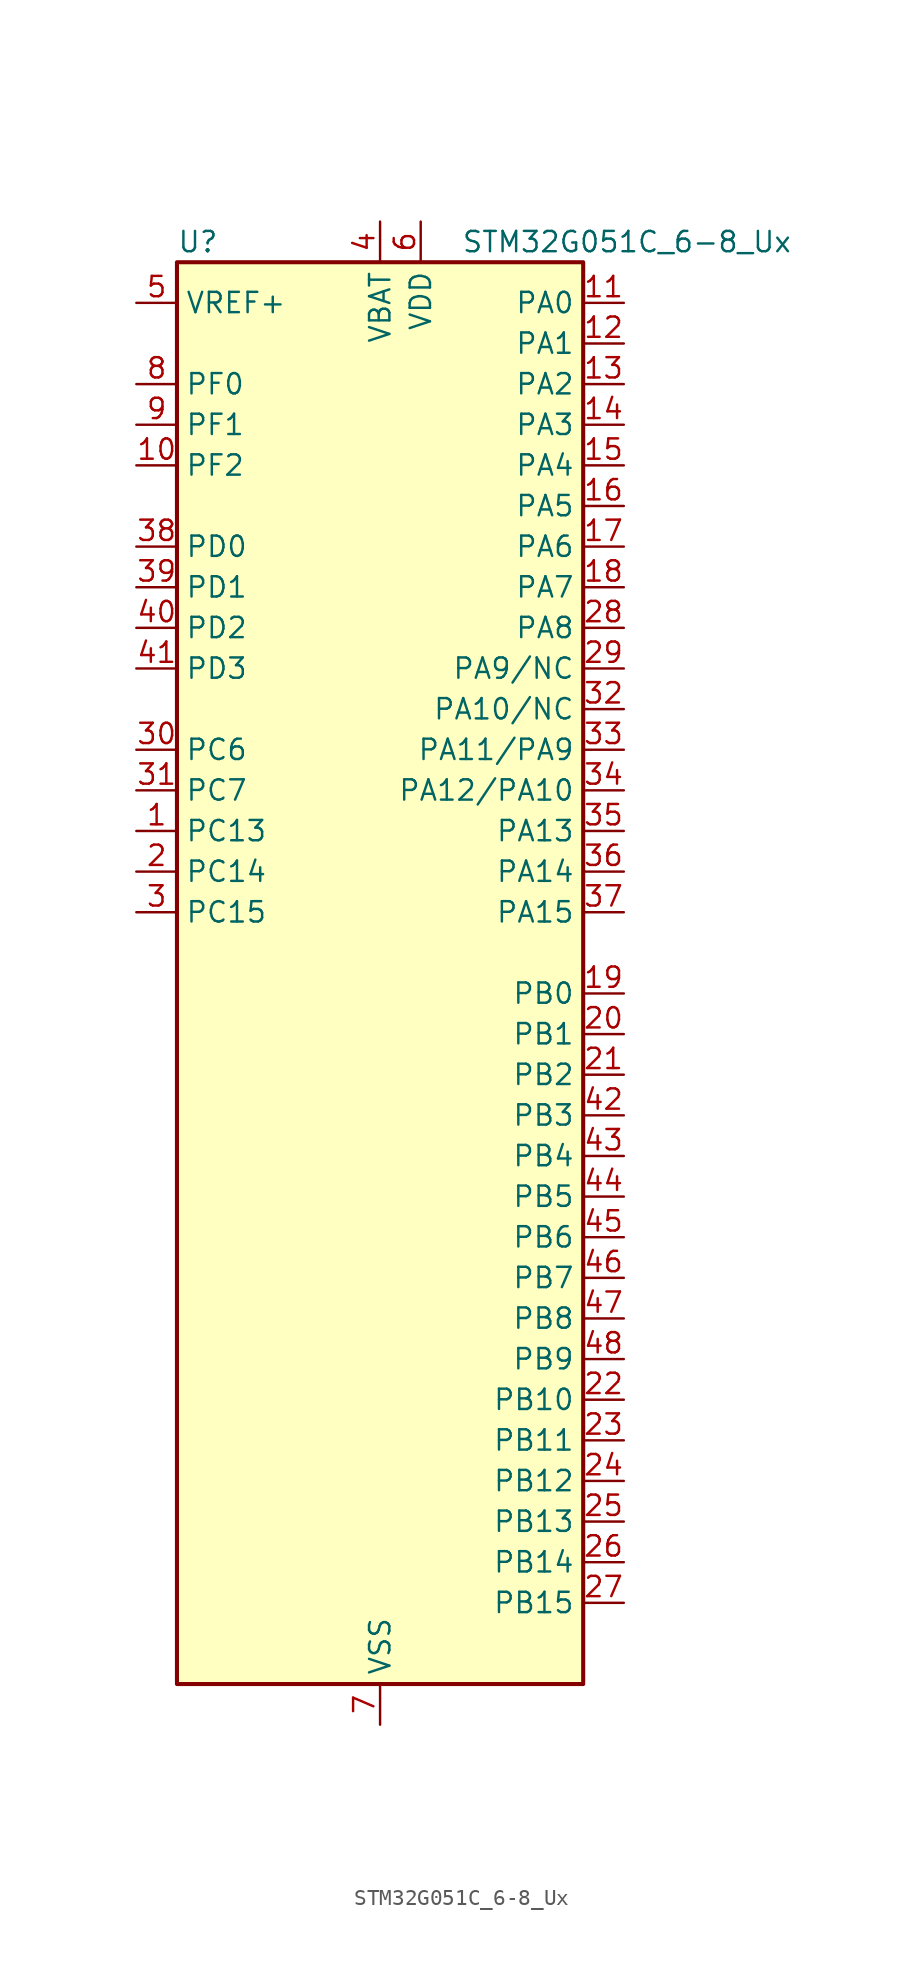
<source format=kicad_sym>
(kicad_symbol_lib
  (version 20231120)
  (generator "kicad_symbol_editor")
  (generator_version "8.0")
  (symbol "STM32G051C_6-8_Ux"
    (property "Reference" "U"
      (at -12.7 46.99 0)
      (effects (font (size 1.27 1.27)) (justify left)))
    (property "Value" "STM32G051C_6-8_Ux"
      (at 5.08 46.99 0)
      (effects (font (size 1.27 1.27)) (justify left)))
    (property "ki_locked" ""
      (at 0 0 0)
      (effects (font (size 1.27 1.27))))
    (symbol "STM32G051C_6-8_Ux_0_1"
      (rectangle (start -12.7 -43.18) (end 12.7 45.72) (stroke (width 0.254) (type default)) (fill (type background))))
    (symbol "STM32G051C_6-8_Ux_1_1"
      (pin bidirectional line (at -15.24 10.16 0) (length 2.54) (name "PC13" (effects (font (size 1.27 1.27)))) (number "1" (effects (font (size 1.27 1.27)))) (alternate "RTC_OUT1" bidirectional line) (alternate "RTC_TAMP_IN1" bidirectional line) (alternate "RTC_TS" bidirectional line) (alternate "SYS_WKUP2" bidirectional line) (alternate "TIM1_BK" bidirectional line))
      (pin bidirectional line (at -15.24 33.02 0) (length 2.54) (name "PF2" (effects (font (size 1.27 1.27)))) (number "10" (effects (font (size 1.27 1.27)))) (alternate "RCC_MCO" bidirectional line))
      (pin bidirectional line (at 15.24 43.18 180) (length 2.54) (name "PA0" (effects (font (size 1.27 1.27)))) (number "11" (effects (font (size 1.27 1.27)))) (alternate "ADC1_IN0" bidirectional line) (alternate "COMP1_INM" bidirectional line) (alternate "COMP1_OUT" bidirectional line) (alternate "LPTIM1_OUT" bidirectional line) (alternate "RTC_TAMP_IN2" bidirectional line) (alternate "SPI2_SCK" bidirectional line) (alternate "SYS_WKUP1" bidirectional line) (alternate "TIM2_CH1" bidirectional line) (alternate "TIM2_ETR" bidirectional line) (alternate "USART2_CTS" bidirectional line) (alternate "USART2_NSS" bidirectional line))
      (pin bidirectional line (at 15.24 40.64 180) (length 2.54) (name "PA1" (effects (font (size 1.27 1.27)))) (number "12" (effects (font (size 1.27 1.27)))) (alternate "ADC1_IN1" bidirectional line) (alternate "COMP1_INP" bidirectional line) (alternate "I2C1_SMBA" bidirectional line) (alternate "I2S1_CK" bidirectional line) (alternate "SPI1_SCK" bidirectional line) (alternate "TIM15_CH1N" bidirectional line) (alternate "TIM2_CH2" bidirectional line) (alternate "USART2_CK" bidirectional line) (alternate "USART2_DE" bidirectional line) (alternate "USART2_RTS" bidirectional line))
      (pin bidirectional line (at 15.24 38.1 180) (length 2.54) (name "PA2" (effects (font (size 1.27 1.27)))) (number "13" (effects (font (size 1.27 1.27)))) (alternate "ADC1_IN2" bidirectional line) (alternate "COMP2_INM" bidirectional line) (alternate "COMP2_OUT" bidirectional line) (alternate "I2S1_SD" bidirectional line) (alternate "LPUART1_TX" bidirectional line) (alternate "RCC_LSCO" bidirectional line) (alternate "SPI1_MOSI" bidirectional line) (alternate "SYS_WKUP4" bidirectional line) (alternate "TIM15_CH1" bidirectional line) (alternate "TIM2_CH3" bidirectional line) (alternate "USART2_TX" bidirectional line))
      (pin bidirectional line (at 15.24 35.56 180) (length 2.54) (name "PA3" (effects (font (size 1.27 1.27)))) (number "14" (effects (font (size 1.27 1.27)))) (alternate "ADC1_IN3" bidirectional line) (alternate "COMP2_INP" bidirectional line) (alternate "LPUART1_RX" bidirectional line) (alternate "SPI2_MISO" bidirectional line) (alternate "TIM15_CH2" bidirectional line) (alternate "TIM2_CH4" bidirectional line) (alternate "USART2_RX" bidirectional line))
      (pin bidirectional line (at 15.24 33.02 180) (length 2.54) (name "PA4" (effects (font (size 1.27 1.27)))) (number "15" (effects (font (size 1.27 1.27)))) (alternate "ADC1_IN4" bidirectional line) (alternate "DAC1_OUT1" bidirectional line) (alternate "I2S1_WS" bidirectional line) (alternate "LPTIM2_OUT" bidirectional line) (alternate "RTC_OUT2" bidirectional line) (alternate "SPI1_NSS" bidirectional line) (alternate "SPI2_MOSI" bidirectional line) (alternate "TIM14_CH1" bidirectional line))
      (pin bidirectional line (at 15.24 30.48 180) (length 2.54) (name "PA5" (effects (font (size 1.27 1.27)))) (number "16" (effects (font (size 1.27 1.27)))) (alternate "ADC1_IN5" bidirectional line) (alternate "DAC1_OUT2" bidirectional line) (alternate "I2S1_CK" bidirectional line) (alternate "LPTIM2_ETR" bidirectional line) (alternate "SPI1_SCK" bidirectional line) (alternate "TIM2_CH1" bidirectional line) (alternate "TIM2_ETR" bidirectional line))
      (pin bidirectional line (at 15.24 27.94 180) (length 2.54) (name "PA6" (effects (font (size 1.27 1.27)))) (number "17" (effects (font (size 1.27 1.27)))) (alternate "ADC1_IN6" bidirectional line) (alternate "COMP1_OUT" bidirectional line) (alternate "I2S1_MCK" bidirectional line) (alternate "LPUART1_CTS" bidirectional line) (alternate "SPI1_MISO" bidirectional line) (alternate "TIM16_CH1" bidirectional line) (alternate "TIM1_BK" bidirectional line) (alternate "TIM3_CH1" bidirectional line))
      (pin bidirectional line (at 15.24 25.4 180) (length 2.54) (name "PA7" (effects (font (size 1.27 1.27)))) (number "18" (effects (font (size 1.27 1.27)))) (alternate "ADC1_IN7" bidirectional line) (alternate "COMP2_OUT" bidirectional line) (alternate "I2S1_SD" bidirectional line) (alternate "SPI1_MOSI" bidirectional line) (alternate "TIM14_CH1" bidirectional line) (alternate "TIM17_CH1" bidirectional line) (alternate "TIM1_CH1N" bidirectional line) (alternate "TIM3_CH2" bidirectional line))
      (pin bidirectional line (at 15.24 0 180) (length 2.54) (name "PB0" (effects (font (size 1.27 1.27)))) (number "19" (effects (font (size 1.27 1.27)))) (alternate "ADC1_IN8" bidirectional line) (alternate "COMP1_OUT" bidirectional line) (alternate "I2S1_WS" bidirectional line) (alternate "LPTIM1_OUT" bidirectional line) (alternate "SPI1_NSS" bidirectional line) (alternate "TIM1_CH2N" bidirectional line) (alternate "TIM3_CH3" bidirectional line))
      (pin bidirectional line (at -15.24 7.62 0) (length 2.54) (name "PC14" (effects (font (size 1.27 1.27)))) (number "2" (effects (font (size 1.27 1.27)))) (alternate "RCC_OSC32_IN" bidirectional line) (alternate "TIM1_BK2" bidirectional line))
      (pin bidirectional line (at 15.24 -2.54 180) (length 2.54) (name "PB1" (effects (font (size 1.27 1.27)))) (number "20" (effects (font (size 1.27 1.27)))) (alternate "ADC1_IN9" bidirectional line) (alternate "COMP1_INM" bidirectional line) (alternate "LPTIM2_IN1" bidirectional line) (alternate "LPUART1_DE" bidirectional line) (alternate "LPUART1_RTS" bidirectional line) (alternate "TIM14_CH1" bidirectional line) (alternate "TIM1_CH3N" bidirectional line) (alternate "TIM3_CH4" bidirectional line))
      (pin bidirectional line (at 15.24 -5.08 180) (length 2.54) (name "PB2" (effects (font (size 1.27 1.27)))) (number "21" (effects (font (size 1.27 1.27)))) (alternate "ADC1_IN10" bidirectional line) (alternate "COMP1_INP" bidirectional line) (alternate "LPTIM1_OUT" bidirectional line) (alternate "SPI2_MISO" bidirectional line))
      (pin bidirectional line (at 15.24 -25.4 180) (length 2.54) (name "PB10" (effects (font (size 1.27 1.27)))) (number "22" (effects (font (size 1.27 1.27)))) (alternate "ADC1_IN11" bidirectional line) (alternate "COMP1_OUT" bidirectional line) (alternate "I2C2_SCL" bidirectional line) (alternate "LPUART1_RX" bidirectional line) (alternate "SPI2_SCK" bidirectional line) (alternate "TIM2_CH3" bidirectional line))
      (pin bidirectional line (at 15.24 -27.94 180) (length 2.54) (name "PB11" (effects (font (size 1.27 1.27)))) (number "23" (effects (font (size 1.27 1.27)))) (alternate "ADC1_EXTI11" bidirectional line) (alternate "ADC1_IN15" bidirectional line) (alternate "COMP2_OUT" bidirectional line) (alternate "I2C2_SDA" bidirectional line) (alternate "LPUART1_TX" bidirectional line) (alternate "SPI2_MOSI" bidirectional line) (alternate "TIM2_CH4" bidirectional line))
      (pin bidirectional line (at 15.24 -30.48 180) (length 2.54) (name "PB12" (effects (font (size 1.27 1.27)))) (number "24" (effects (font (size 1.27 1.27)))) (alternate "ADC1_IN16" bidirectional line) (alternate "LPUART1_DE" bidirectional line) (alternate "LPUART1_RTS" bidirectional line) (alternate "SPI2_NSS" bidirectional line) (alternate "TIM15_BK" bidirectional line) (alternate "TIM1_BK" bidirectional line))
      (pin bidirectional line (at 15.24 -33.02 180) (length 2.54) (name "PB13" (effects (font (size 1.27 1.27)))) (number "25" (effects (font (size 1.27 1.27)))) (alternate "I2C2_SCL" bidirectional line) (alternate "LPUART1_CTS" bidirectional line) (alternate "SPI2_SCK" bidirectional line) (alternate "TIM15_CH1N" bidirectional line) (alternate "TIM1_CH1N" bidirectional line))
      (pin bidirectional line (at 15.24 -35.56 180) (length 2.54) (name "PB14" (effects (font (size 1.27 1.27)))) (number "26" (effects (font (size 1.27 1.27)))) (alternate "I2C2_SDA" bidirectional line) (alternate "SPI2_MISO" bidirectional line) (alternate "TIM15_CH1" bidirectional line) (alternate "TIM1_CH2N" bidirectional line))
      (pin bidirectional line (at 15.24 -38.1 180) (length 2.54) (name "PB15" (effects (font (size 1.27 1.27)))) (number "27" (effects (font (size 1.27 1.27)))) (alternate "RTC_REFIN" bidirectional line) (alternate "SPI2_MOSI" bidirectional line) (alternate "TIM15_CH1N" bidirectional line) (alternate "TIM15_CH2" bidirectional line) (alternate "TIM1_CH3N" bidirectional line))
      (pin bidirectional line (at 15.24 22.86 180) (length 2.54) (name "PA8" (effects (font (size 1.27 1.27)))) (number "28" (effects (font (size 1.27 1.27)))) (alternate "LPTIM2_OUT" bidirectional line) (alternate "RCC_MCO" bidirectional line) (alternate "SPI2_NSS" bidirectional line) (alternate "TIM1_CH1" bidirectional line))
      (pin bidirectional line (at 15.24 20.32 180) (length 2.54) (name "PA9/NC" (effects (font (size 1.27 1.27)))) (number "29" (effects (font (size 1.27 1.27)))) (alternate "DAC1_EXTI9" bidirectional line) (alternate "I2C1_SCL" bidirectional line) (alternate "RCC_MCO" bidirectional line) (alternate "SPI2_MISO" bidirectional line) (alternate "TIM15_BK" bidirectional line) (alternate "TIM1_CH2" bidirectional line) (alternate "USART1_TX" bidirectional line))
      (pin bidirectional line (at -15.24 5.08 0) (length 2.54) (name "PC15" (effects (font (size 1.27 1.27)))) (number "3" (effects (font (size 1.27 1.27)))) (alternate "RCC_OSC32_EN" bidirectional line) (alternate "RCC_OSC32_OUT" bidirectional line) (alternate "RCC_OSC_EN" bidirectional line) (alternate "TIM15_BK" bidirectional line))
      (pin bidirectional line (at -15.24 15.24 0) (length 2.54) (name "PC6" (effects (font (size 1.27 1.27)))) (number "30" (effects (font (size 1.27 1.27)))) (alternate "TIM2_CH3" bidirectional line) (alternate "TIM3_CH1" bidirectional line))
      (pin bidirectional line (at -15.24 12.7 0) (length 2.54) (name "PC7" (effects (font (size 1.27 1.27)))) (number "31" (effects (font (size 1.27 1.27)))) (alternate "TIM2_CH4" bidirectional line) (alternate "TIM3_CH2" bidirectional line))
      (pin bidirectional line (at 15.24 17.78 180) (length 2.54) (name "PA10/NC" (effects (font (size 1.27 1.27)))) (number "32" (effects (font (size 1.27 1.27)))) (alternate "I2C1_SDA" bidirectional line) (alternate "SPI2_MOSI" bidirectional line) (alternate "TIM17_BK" bidirectional line) (alternate "TIM1_CH3" bidirectional line) (alternate "USART1_RX" bidirectional line))
      (pin bidirectional line (at 15.24 15.24 180) (length 2.54) (name "PA11/PA9" (effects (font (size 1.27 1.27)))) (number "33" (effects (font (size 1.27 1.27)))) (alternate "ADC1_EXTI11" bidirectional line) (alternate "COMP1_OUT" bidirectional line) (alternate "I2C2_SCL" bidirectional line) (alternate "I2S1_MCK" bidirectional line) (alternate "SPI1_MISO" bidirectional line) (alternate "TIM1_BK2" bidirectional line) (alternate "TIM1_CH4" bidirectional line) (alternate "USART1_CTS" bidirectional line) (alternate "USART1_NSS" bidirectional line))
      (pin bidirectional line (at 15.24 12.7 180) (length 2.54) (name "PA12/PA10" (effects (font (size 1.27 1.27)))) (number "34" (effects (font (size 1.27 1.27)))) (alternate "COMP2_OUT" bidirectional line) (alternate "I2C2_SDA" bidirectional line) (alternate "I2S1_SD" bidirectional line) (alternate "I2S_CKIN" bidirectional line) (alternate "SPI1_MOSI" bidirectional line) (alternate "TIM1_ETR" bidirectional line) (alternate "USART1_CK" bidirectional line) (alternate "USART1_DE" bidirectional line) (alternate "USART1_RTS" bidirectional line))
      (pin bidirectional line (at 15.24 10.16 180) (length 2.54) (name "PA13" (effects (font (size 1.27 1.27)))) (number "35" (effects (font (size 1.27 1.27)))) (alternate "ADC1_IN17" bidirectional line) (alternate "IR_OUT" bidirectional line) (alternate "SYS_SWDIO" bidirectional line))
      (pin bidirectional line (at 15.24 7.62 180) (length 2.54) (name "PA14" (effects (font (size 1.27 1.27)))) (number "36" (effects (font (size 1.27 1.27)))) (alternate "ADC1_IN18" bidirectional line) (alternate "SYS_SWCLK" bidirectional line) (alternate "USART2_TX" bidirectional line))
      (pin bidirectional line (at 15.24 5.08 180) (length 2.54) (name "PA15" (effects (font (size 1.27 1.27)))) (number "37" (effects (font (size 1.27 1.27)))) (alternate "I2S1_WS" bidirectional line) (alternate "SPI1_NSS" bidirectional line) (alternate "TIM2_CH1" bidirectional line) (alternate "TIM2_ETR" bidirectional line) (alternate "USART2_RX" bidirectional line))
      (pin bidirectional line (at -15.24 27.94 0) (length 2.54) (name "PD0" (effects (font (size 1.27 1.27)))) (number "38" (effects (font (size 1.27 1.27)))) (alternate "SPI2_NSS" bidirectional line) (alternate "TIM16_CH1" bidirectional line))
      (pin bidirectional line (at -15.24 25.4 0) (length 2.54) (name "PD1" (effects (font (size 1.27 1.27)))) (number "39" (effects (font (size 1.27 1.27)))) (alternate "SPI2_SCK" bidirectional line) (alternate "TIM17_CH1" bidirectional line))
      (pin power_in line (at 0 48.26 270) (length 2.54) (name "VBAT" (effects (font (size 1.27 1.27)))) (number "4" (effects (font (size 1.27 1.27)))))
      (pin bidirectional line (at -15.24 22.86 0) (length 2.54) (name "PD2" (effects (font (size 1.27 1.27)))) (number "40" (effects (font (size 1.27 1.27)))) (alternate "TIM1_CH1N" bidirectional line) (alternate "TIM3_ETR" bidirectional line))
      (pin bidirectional line (at -15.24 20.32 0) (length 2.54) (name "PD3" (effects (font (size 1.27 1.27)))) (number "41" (effects (font (size 1.27 1.27)))) (alternate "SPI2_MISO" bidirectional line) (alternate "TIM1_CH2N" bidirectional line) (alternate "USART2_CTS" bidirectional line) (alternate "USART2_NSS" bidirectional line))
      (pin bidirectional line (at 15.24 -7.62 180) (length 2.54) (name "PB3" (effects (font (size 1.27 1.27)))) (number "42" (effects (font (size 1.27 1.27)))) (alternate "COMP2_INM" bidirectional line) (alternate "I2S1_CK" bidirectional line) (alternate "SPI1_SCK" bidirectional line) (alternate "TIM1_CH2" bidirectional line) (alternate "TIM2_CH2" bidirectional line) (alternate "USART1_CK" bidirectional line) (alternate "USART1_DE" bidirectional line) (alternate "USART1_RTS" bidirectional line))
      (pin bidirectional line (at 15.24 -10.16 180) (length 2.54) (name "PB4" (effects (font (size 1.27 1.27)))) (number "43" (effects (font (size 1.27 1.27)))) (alternate "COMP2_INP" bidirectional line) (alternate "I2S1_MCK" bidirectional line) (alternate "SPI1_MISO" bidirectional line) (alternate "TIM17_BK" bidirectional line) (alternate "TIM3_CH1" bidirectional line) (alternate "USART1_CTS" bidirectional line) (alternate "USART1_NSS" bidirectional line))
      (pin bidirectional line (at 15.24 -12.7 180) (length 2.54) (name "PB5" (effects (font (size 1.27 1.27)))) (number "44" (effects (font (size 1.27 1.27)))) (alternate "COMP2_OUT" bidirectional line) (alternate "I2C1_SMBA" bidirectional line) (alternate "I2S1_SD" bidirectional line) (alternate "LPTIM1_IN1" bidirectional line) (alternate "SPI1_MOSI" bidirectional line) (alternate "SYS_WKUP6" bidirectional line) (alternate "TIM16_BK" bidirectional line) (alternate "TIM3_CH2" bidirectional line))
      (pin bidirectional line (at 15.24 -15.24 180) (length 2.54) (name "PB6" (effects (font (size 1.27 1.27)))) (number "45" (effects (font (size 1.27 1.27)))) (alternate "COMP2_INP" bidirectional line) (alternate "I2C1_SCL" bidirectional line) (alternate "LPTIM1_ETR" bidirectional line) (alternate "SPI2_MISO" bidirectional line) (alternate "TIM16_CH1N" bidirectional line) (alternate "TIM1_CH3" bidirectional line) (alternate "USART1_TX" bidirectional line))
      (pin bidirectional line (at 15.24 -17.78 180) (length 2.54) (name "PB7" (effects (font (size 1.27 1.27)))) (number "46" (effects (font (size 1.27 1.27)))) (alternate "COMP2_INM" bidirectional line) (alternate "I2C1_SDA" bidirectional line) (alternate "LPTIM1_IN2" bidirectional line) (alternate "SPI2_MOSI" bidirectional line) (alternate "SYS_PVD_IN" bidirectional line) (alternate "TIM17_CH1N" bidirectional line) (alternate "USART1_RX" bidirectional line))
      (pin bidirectional line (at 15.24 -20.32 180) (length 2.54) (name "PB8" (effects (font (size 1.27 1.27)))) (number "47" (effects (font (size 1.27 1.27)))) (alternate "I2C1_SCL" bidirectional line) (alternate "SPI2_SCK" bidirectional line) (alternate "TIM15_BK" bidirectional line) (alternate "TIM16_CH1" bidirectional line))
      (pin bidirectional line (at 15.24 -22.86 180) (length 2.54) (name "PB9" (effects (font (size 1.27 1.27)))) (number "48" (effects (font (size 1.27 1.27)))) (alternate "DAC1_EXTI9" bidirectional line) (alternate "I2C1_SDA" bidirectional line) (alternate "IR_OUT" bidirectional line) (alternate "SPI2_NSS" bidirectional line) (alternate "TIM17_CH1" bidirectional line))
      (pin passive line (at 0 -45.72 90) (length 2.54) hide (name "VSS" (effects (font (size 1.27 1.27)))) (number "49" (effects (font (size 1.27 1.27)))))
      (pin input line (at -15.24 43.18 0) (length 2.54) (name "VREF+" (effects (font (size 1.27 1.27)))) (number "5" (effects (font (size 1.27 1.27)))) (alternate "VREFBUF_OUT" bidirectional line))
      (pin power_in line (at 2.54 48.26 270) (length 2.54) (name "VDD" (effects (font (size 1.27 1.27)))) (number "6" (effects (font (size 1.27 1.27)))))
      (pin power_in line (at 0 -45.72 90) (length 2.54) (name "VSS" (effects (font (size 1.27 1.27)))) (number "7" (effects (font (size 1.27 1.27)))))
      (pin bidirectional line (at -15.24 38.1 0) (length 2.54) (name "PF0" (effects (font (size 1.27 1.27)))) (number "8" (effects (font (size 1.27 1.27)))) (alternate "RCC_OSC_IN" bidirectional line) (alternate "TIM14_CH1" bidirectional line))
      (pin bidirectional line (at -15.24 35.56 0) (length 2.54) (name "PF1" (effects (font (size 1.27 1.27)))) (number "9" (effects (font (size 1.27 1.27)))) (alternate "RCC_OSC_EN" bidirectional line) (alternate "RCC_OSC_OUT" bidirectional line) (alternate "TIM15_CH1N" bidirectional line)))))
</source>
